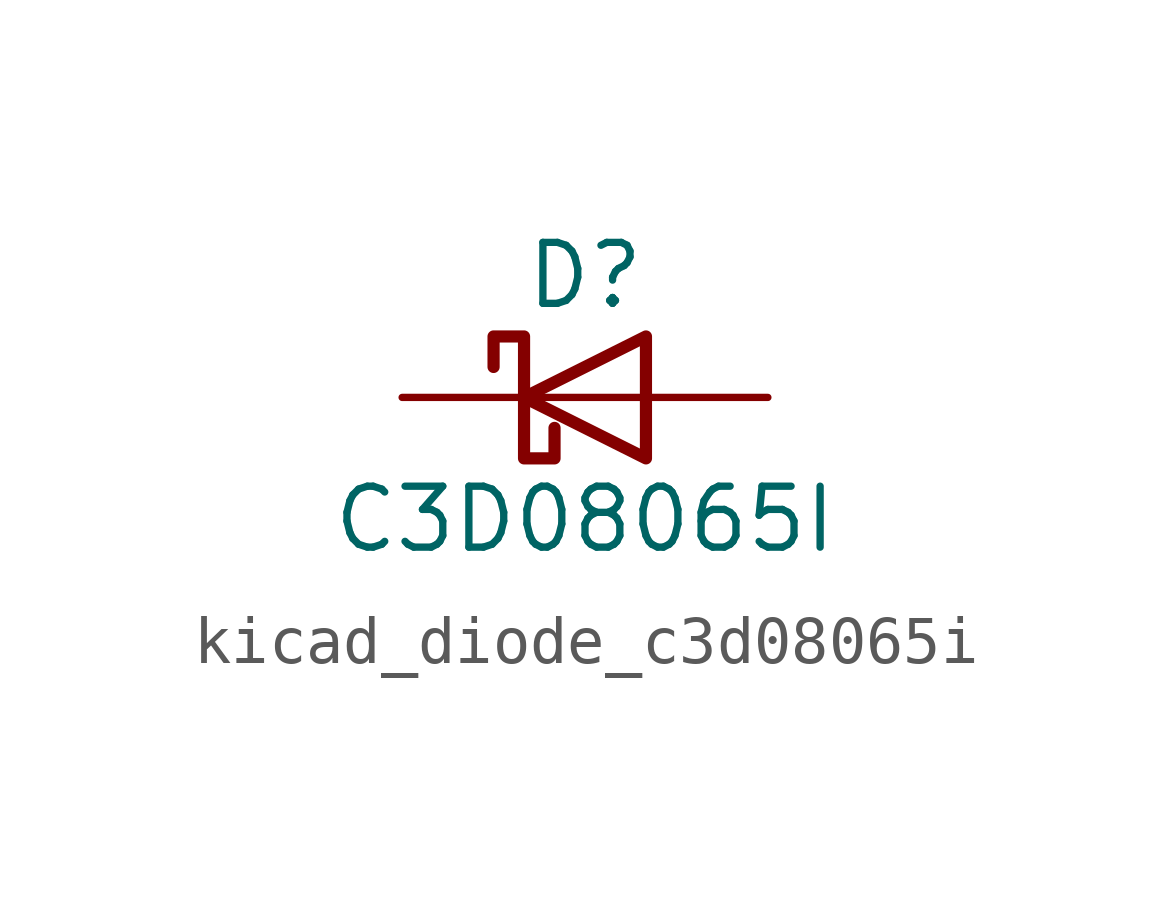
<source format=kicad_sym>
(kicad_symbol_lib
  (version 20220914)
  (generator kicad_symbol_editor)
  (symbol "kicad_diode_c3d08065i"
    (pin_numbers hide)
    (pin_names
      (offset 1.016) hide)
    (property "Reference" "D"
      (at 0 2.54 0)
      (effects (font (size 1.27 1.27))))
    (property "Value" "C3D08065I"
      (at 0 -2.54 0)
      (effects (font (size 1.27 1.27))))
    (symbol "kicad_diode_c3d08065i_0_1"
      (polyline (pts (xy 1.27 0) (xy -1.27 0)) (stroke (width 0) (type default)) (fill (type none)))
      (polyline (pts (xy 1.27 1.27) (xy 1.27 -1.27) (xy -1.27 0) (xy 1.27 1.27)) (stroke (width 0.254) (type default)) (fill (type none)))
      (polyline (pts (xy -1.905 0.635) (xy -1.905 1.27) (xy -1.27 1.27) (xy -1.27 -1.27) (xy -0.635 -1.27) (xy -0.635 -0.635)) (stroke (width 0.254) (type default)) (fill (type none))))
    (symbol "kicad_diode_c3d08065i_1_1"
      (pin passive line (at -3.81 0 0) (length 2.54) (name "K" (effects (font (size 1.27 1.27)))) (number "1" (effects (font (size 1.27 1.27)))))
      (pin passive line (at 3.81 0 180) (length 2.54) (name "A" (effects (font (size 1.27 1.27)))) (number "2" (effects (font (size 1.27 1.27))))))))
</source>
